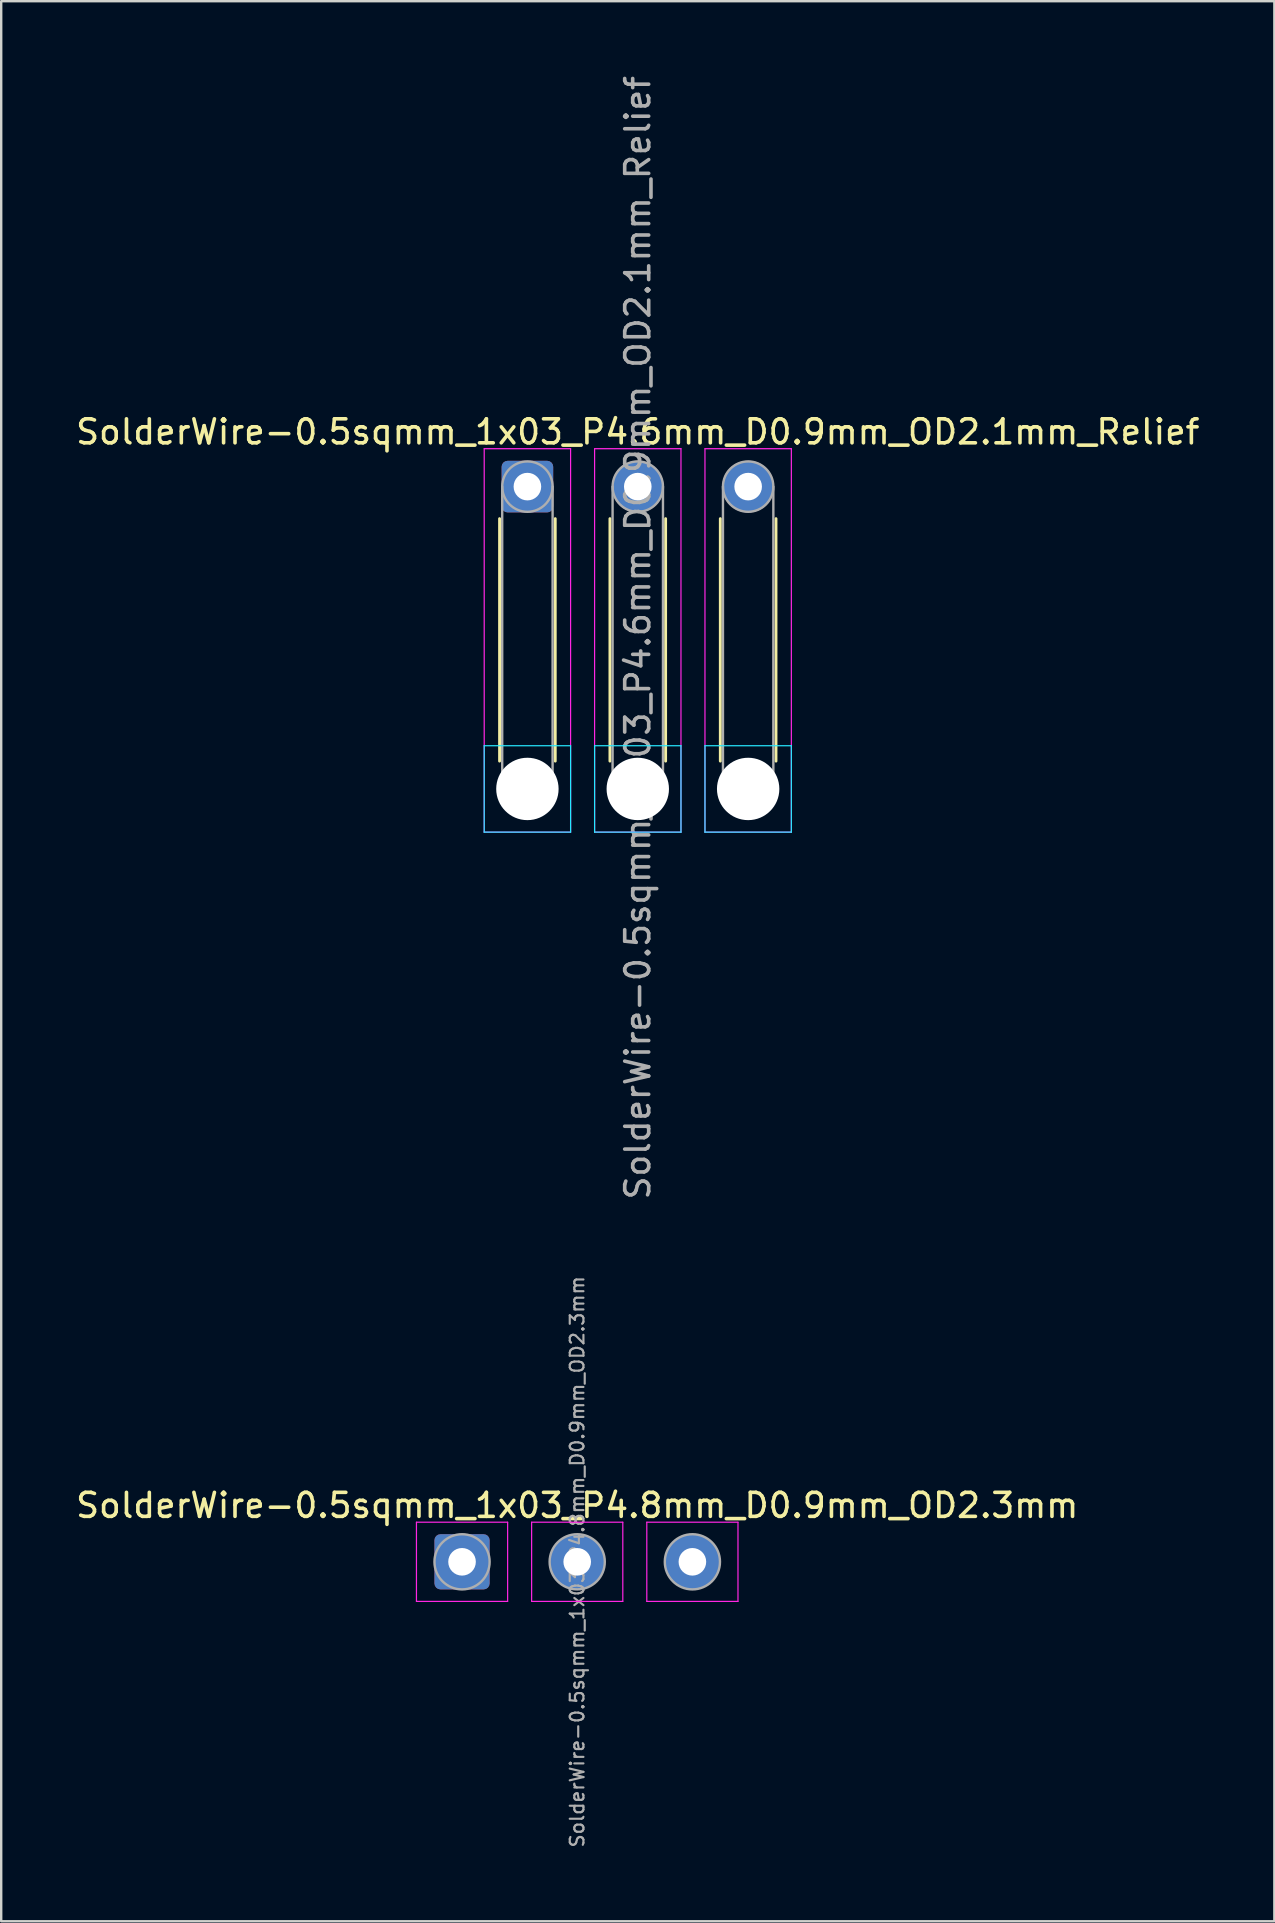
<source format=kicad_pcb>
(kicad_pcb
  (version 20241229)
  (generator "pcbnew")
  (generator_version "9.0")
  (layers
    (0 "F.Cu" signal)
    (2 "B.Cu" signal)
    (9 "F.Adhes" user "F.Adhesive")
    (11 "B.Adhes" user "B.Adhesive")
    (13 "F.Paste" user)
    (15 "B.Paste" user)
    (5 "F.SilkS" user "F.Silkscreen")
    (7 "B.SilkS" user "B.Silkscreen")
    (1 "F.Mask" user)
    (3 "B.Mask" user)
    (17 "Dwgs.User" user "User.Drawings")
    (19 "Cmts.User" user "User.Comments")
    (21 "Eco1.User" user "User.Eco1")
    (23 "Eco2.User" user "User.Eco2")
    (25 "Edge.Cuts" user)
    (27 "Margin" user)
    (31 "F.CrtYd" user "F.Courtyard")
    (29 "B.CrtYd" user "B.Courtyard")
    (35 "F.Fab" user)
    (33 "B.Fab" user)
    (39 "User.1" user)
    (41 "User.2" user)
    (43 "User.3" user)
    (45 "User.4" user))
  (footprint "SolderWire-0.5sqmm_1x03_P4.6mm_D0.9mm_OD2.1mm_Relief"
    (layer "F.Cu")
    (at 18.93 17.23)
    (property "Reference" "SolderWire-0.5sqmm_1x03_P4.6mm_D0.9mm_OD2.1mm_Relief" (at 4.6 -2.28 0) (layer "F.SilkS") (effects (font (size 1 1) (thickness 0.15))))
    (attr exclude_from_pos_files exclude_from_bom)
    (fp_line (start -1.16 1.335) (end -1.16 11.44) (stroke (width 0.12) (type solid)) (layer "F.SilkS"))
    (fp_line (start 1.16 1.335) (end 1.16 11.44) (stroke (width 0.12) (type solid)) (layer "F.SilkS"))
    (fp_line (start 3.44 1.335) (end 3.44 11.44) (stroke (width 0.12) (type solid)) (layer "F.SilkS"))
    (fp_line (start 5.76 1.335) (end 5.76 11.44) (stroke (width 0.12) (type solid)) (layer "F.SilkS"))
    (fp_line (start 8.04 1.335) (end 8.04 11.44) (stroke (width 0.12) (type solid)) (layer "F.SilkS"))
    (fp_line (start 10.36 1.335) (end 10.36 11.44) (stroke (width 0.12) (type solid)) (layer "F.SilkS"))
    (fp_line (start -1.8 10.8) (end -1.8 14.4) (stroke (width 0.05) (type solid)) (layer "B.CrtYd"))
    (fp_line (start -1.8 14.4) (end 1.8 14.4) (stroke (width 0.05) (type solid)) (layer "B.CrtYd"))
    (fp_line (start 1.8 10.8) (end -1.8 10.8) (stroke (width 0.05) (type solid)) (layer "B.CrtYd"))
    (fp_line (start 1.8 14.4) (end 1.8 10.8) (stroke (width 0.05) (type solid)) (layer "B.CrtYd"))
    (fp_line (start 2.8 10.8) (end 2.8 14.4) (stroke (width 0.05) (type solid)) (layer "B.CrtYd"))
    (fp_line (start 2.8 14.4) (end 6.4 14.4) (stroke (width 0.05) (type solid)) (layer "B.CrtYd"))
    (fp_line (start 6.4 10.8) (end 2.8 10.8) (stroke (width 0.05) (type solid)) (layer "B.CrtYd"))
    (fp_line (start 6.4 14.4) (end 6.4 10.8) (stroke (width 0.05) (type solid)) (layer "B.CrtYd"))
    (fp_line (start 7.4 10.8) (end 7.4 14.4) (stroke (width 0.05) (type solid)) (layer "B.CrtYd"))
    (fp_line (start 7.4 14.4) (end 11 14.4) (stroke (width 0.05) (type solid)) (layer "B.CrtYd"))
    (fp_line (start 11 10.8) (end 7.4 10.8) (stroke (width 0.05) (type solid)) (layer "B.CrtYd"))
    (fp_line (start 11 14.4) (end 11 10.8) (stroke (width 0.05) (type solid)) (layer "B.CrtYd"))
    (fp_line (start -1.8 -1.58) (end -1.8 14.4) (stroke (width 0.05) (type solid)) (layer "F.CrtYd"))
    (fp_line (start -1.8 14.4) (end 1.8 14.4) (stroke (width 0.05) (type solid)) (layer "F.CrtYd"))
    (fp_line (start 1.8 -1.58) (end -1.8 -1.58) (stroke (width 0.05) (type solid)) (layer "F.CrtYd"))
    (fp_line (start 1.8 14.4) (end 1.8 -1.58) (stroke (width 0.05) (type solid)) (layer "F.CrtYd"))
    (fp_line (start 2.8 -1.58) (end 2.8 14.4) (stroke (width 0.05) (type solid)) (layer "F.CrtYd"))
    (fp_line (start 2.8 14.4) (end 6.4 14.4) (stroke (width 0.05) (type solid)) (layer "F.CrtYd"))
    (fp_line (start 6.4 -1.58) (end 2.8 -1.58) (stroke (width 0.05) (type solid)) (layer "F.CrtYd"))
    (fp_line (start 6.4 14.4) (end 6.4 -1.58) (stroke (width 0.05) (type solid)) (layer "F.CrtYd"))
    (fp_line (start 7.4 -1.58) (end 7.4 14.4) (stroke (width 0.05) (type solid)) (layer "F.CrtYd"))
    (fp_line (start 7.4 14.4) (end 11 14.4) (stroke (width 0.05) (type solid)) (layer "F.CrtYd"))
    (fp_line (start 11 -1.58) (end 7.4 -1.58) (stroke (width 0.05) (type solid)) (layer "F.CrtYd"))
    (fp_line (start 11 14.4) (end 11 -1.58) (stroke (width 0.05) (type solid)) (layer "F.CrtYd"))
    (fp_line (start -1.05 0) (end -1.05 12.6) (stroke (width 0.1) (type solid)) (layer "F.Fab"))
    (fp_line (start 1.05 0) (end 1.05 12.6) (stroke (width 0.1) (type solid)) (layer "F.Fab"))
    (fp_line (start 3.55 0) (end 3.55 12.6) (stroke (width 0.1) (type solid)) (layer "F.Fab"))
    (fp_line (start 5.65 0) (end 5.65 12.6) (stroke (width 0.1) (type solid)) (layer "F.Fab"))
    (fp_line (start 8.15 0) (end 8.15 12.6) (stroke (width 0.1) (type solid)) (layer "F.Fab"))
    (fp_line (start 10.25 0) (end 10.25 12.6) (stroke (width 0.1) (type solid)) (layer "F.Fab"))
    (fp_circle (center 0 0) (end 1.05 0) (stroke (width 0.1) (type solid)) (fill no) (layer "F.Fab"))
    (fp_circle (center 0 12.6) (end 1.05 12.6) (stroke (width 0.1) (type solid)) (fill no) (layer "F.Fab"))
    (fp_circle (center 4.6 0) (end 5.65 0) (stroke (width 0.1) (type solid)) (fill no) (layer "F.Fab"))
    (fp_circle (center 4.6 12.6) (end 5.65 12.6) (stroke (width 0.1) (type solid)) (fill no) (layer "F.Fab"))
    (fp_circle (center 9.2 0) (end 10.25 0) (stroke (width 0.1) (type solid)) (fill no) (layer "F.Fab"))
    (fp_circle (center 9.2 12.6) (end 10.25 12.6) (stroke (width 0.1) (type solid)) (fill no) (layer "F.Fab"))
    (fp_text user "${REFERENCE}" (at 4.6 6.3 90) (layer "F.Fab") (effects (font (size 1 1) (thickness 0.15))))
    (pad "" np_thru_hole circle (at 0 12.6) (size 2.6 2.6) (drill 2.6) (layers "*.Cu" "*.Mask"))
    (pad "" np_thru_hole circle (at 4.6 12.6) (size 2.6 2.6) (drill 2.6) (layers "*.Cu" "*.Mask"))
    (pad "" np_thru_hole circle (at 9.2 12.6) (size 2.6 2.6) (drill 2.6) (layers "*.Cu" "*.Mask"))
    (pad "1" thru_hole roundrect (at 0 0) (size 2.15 2.15) (drill 1.15) (layers "*.Cu" "*.Mask") (roundrect_rratio 0.116))
    (pad "2" thru_hole circle (at 4.6 0) (size 2.15 2.15) (drill 1.15) (layers "*.Cu" "*.Mask"))
    (pad "3" thru_hole circle (at 9.2 0) (size 2.15 2.15) (drill 1.15) (layers "*.Cu" "*.Mask")))
  (footprint "SolderWire-0.5sqmm_1x03_P4.8mm_D0.9mm_OD2.3mm"
    (layer "F.Cu")
    (at 16.206 62.04)
    (property "Reference" "SolderWire-0.5sqmm_1x03_P4.8mm_D0.9mm_OD2.3mm" (at 4.8 -2.35 0) (layer "F.SilkS") (effects (font (size 1 1) (thickness 0.15))))
    (attr exclude_from_pos_files exclude_from_bom)
    (fp_line (start -1.9 -1.65) (end -1.9 1.65) (stroke (width 0.05) (type solid)) (layer "F.CrtYd"))
    (fp_line (start -1.9 1.65) (end 1.9 1.65) (stroke (width 0.05) (type solid)) (layer "F.CrtYd"))
    (fp_line (start 1.9 -1.65) (end -1.9 -1.65) (stroke (width 0.05) (type solid)) (layer "F.CrtYd"))
    (fp_line (start 1.9 1.65) (end 1.9 -1.65) (stroke (width 0.05) (type solid)) (layer "F.CrtYd"))
    (fp_line (start 2.9 -1.65) (end 2.9 1.65) (stroke (width 0.05) (type solid)) (layer "F.CrtYd"))
    (fp_line (start 2.9 1.65) (end 6.7 1.65) (stroke (width 0.05) (type solid)) (layer "F.CrtYd"))
    (fp_line (start 6.7 -1.65) (end 2.9 -1.65) (stroke (width 0.05) (type solid)) (layer "F.CrtYd"))
    (fp_line (start 6.7 1.65) (end 6.7 -1.65) (stroke (width 0.05) (type solid)) (layer "F.CrtYd"))
    (fp_line (start 7.7 -1.65) (end 7.7 1.65) (stroke (width 0.05) (type solid)) (layer "F.CrtYd"))
    (fp_line (start 7.7 1.65) (end 11.5 1.65) (stroke (width 0.05) (type solid)) (layer "F.CrtYd"))
    (fp_line (start 11.5 -1.65) (end 7.7 -1.65) (stroke (width 0.05) (type solid)) (layer "F.CrtYd"))
    (fp_line (start 11.5 1.65) (end 11.5 -1.65) (stroke (width 0.05) (type solid)) (layer "F.CrtYd"))
    (fp_circle (center 0 0) (end 1.15 0) (stroke (width 0.1) (type solid)) (fill no) (layer "F.Fab"))
    (fp_circle (center 4.8 0) (end 5.95 0) (stroke (width 0.1) (type solid)) (fill no) (layer "F.Fab"))
    (fp_circle (center 9.6 0) (end 10.75 0) (stroke (width 0.1) (type solid)) (fill no) (layer "F.Fab"))
    (fp_text user "${REFERENCE}" (at 4.8 0 90) (layer "F.Fab") (effects (font (size 0.57 0.57) (thickness 0.09))))
    (pad "1" thru_hole roundrect (at 0 0) (size 2.3 2.3) (drill 1.15) (layers "*.Cu" "*.Mask") (roundrect_rratio 0.109))
    (pad "2" thru_hole circle (at 4.8 0) (size 2.3 2.3) (drill 1.15) (layers "*.Cu" "*.Mask"))
    (pad "3" thru_hole circle (at 9.6 0) (size 2.3 2.3) (drill 1.15) (layers "*.Cu" "*.Mask")))
  (gr_rect
    (start -3 -3)
    (end 50.06 77.02)
    (stroke (width 0.1) (type default))
    (fill no)
    (layer "Edge.Cuts")))
</source>
